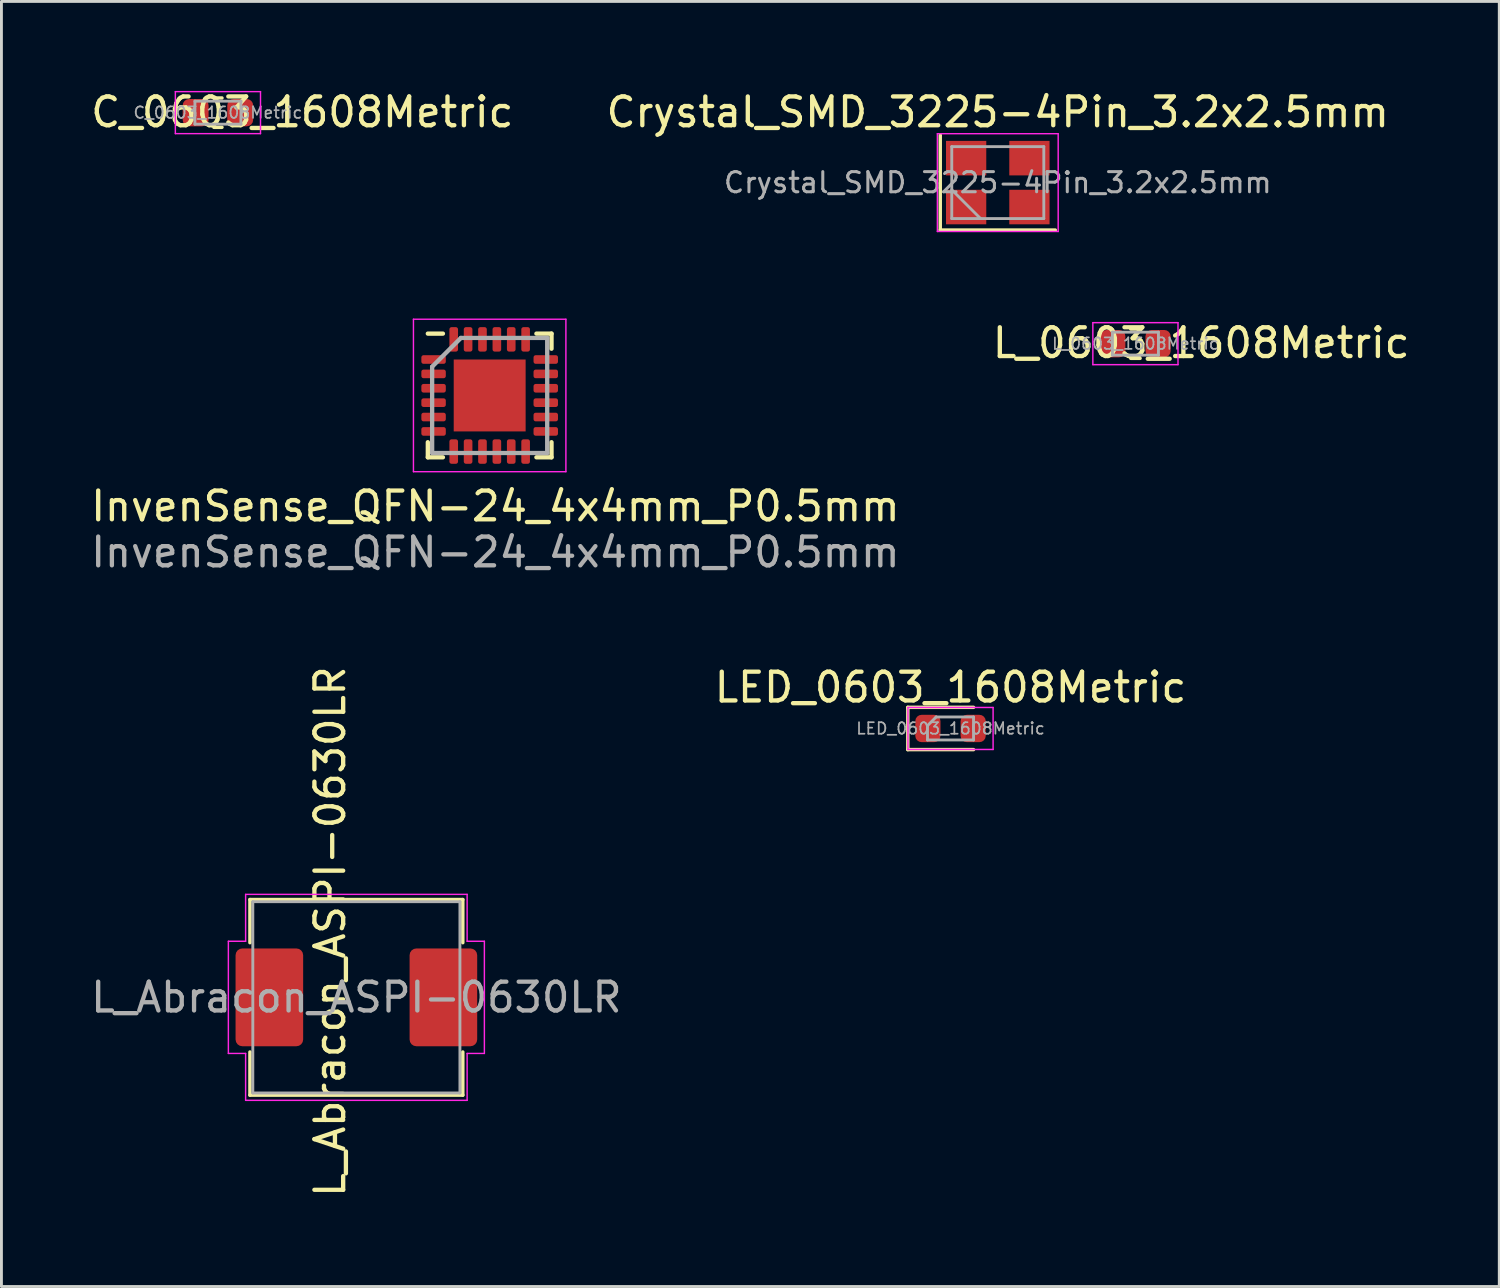
<source format=kicad_pcb>
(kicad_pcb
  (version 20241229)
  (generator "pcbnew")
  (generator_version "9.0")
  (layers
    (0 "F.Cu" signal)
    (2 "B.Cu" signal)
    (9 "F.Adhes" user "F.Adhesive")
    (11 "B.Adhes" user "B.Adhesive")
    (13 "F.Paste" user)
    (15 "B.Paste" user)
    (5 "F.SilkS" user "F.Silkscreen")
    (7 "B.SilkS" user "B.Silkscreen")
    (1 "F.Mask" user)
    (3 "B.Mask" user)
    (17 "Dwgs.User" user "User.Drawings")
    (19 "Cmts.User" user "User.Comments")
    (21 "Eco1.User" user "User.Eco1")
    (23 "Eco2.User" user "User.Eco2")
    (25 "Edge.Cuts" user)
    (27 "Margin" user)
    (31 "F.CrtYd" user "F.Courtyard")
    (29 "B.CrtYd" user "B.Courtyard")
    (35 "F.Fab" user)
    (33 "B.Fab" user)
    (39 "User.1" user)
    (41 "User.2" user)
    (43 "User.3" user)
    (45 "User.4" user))
  (footprint "LED_0603_1608Metric"
    (layer "F.Cu")
    (at 29.994 22.275)
    (property "Reference" "LED_0603_1608Metric" (at 0 -1.43 180) (layer "F.SilkS") (effects (font (size 1 1) (thickness 0.15))))
    (attr smd)
    (fp_line (start -1.485 -0.735) (end -1.485 0.735) (stroke (width 0.12) (type solid)) (layer "F.SilkS"))
    (fp_line (start -1.485 0.735) (end 0.8 0.735) (stroke (width 0.12) (type solid)) (layer "F.SilkS"))
    (fp_line (start 0.8 -0.735) (end -1.485 -0.735) (stroke (width 0.12) (type solid)) (layer "F.SilkS"))
    (fp_line (start -1.48 -0.73) (end 1.48 -0.73) (stroke (width 0.05) (type solid)) (layer "F.CrtYd"))
    (fp_line (start -1.48 0.73) (end -1.48 -0.73) (stroke (width 0.05) (type solid)) (layer "F.CrtYd"))
    (fp_line (start 1.48 -0.73) (end 1.48 0.73) (stroke (width 0.05) (type solid)) (layer "F.CrtYd"))
    (fp_line (start 1.48 0.73) (end -1.48 0.73) (stroke (width 0.05) (type solid)) (layer "F.CrtYd"))
    (fp_line (start -0.8 -0.1) (end -0.8 0.4) (stroke (width 0.1) (type solid)) (layer "F.Fab"))
    (fp_line (start -0.8 0.4) (end 0.8 0.4) (stroke (width 0.1) (type solid)) (layer "F.Fab"))
    (fp_line (start -0.5 -0.4) (end -0.8 -0.1) (stroke (width 0.1) (type solid)) (layer "F.Fab"))
    (fp_line (start 0.8 -0.4) (end -0.5 -0.4) (stroke (width 0.1) (type solid)) (layer "F.Fab"))
    (fp_line (start 0.8 0.4) (end 0.8 -0.4) (stroke (width 0.1) (type solid)) (layer "F.Fab"))
    (fp_text user "${REFERENCE}" (at 0 0 180) (layer "F.Fab") (effects (font (size 0.4 0.4) (thickness 0.06))))
    (pad "1" smd roundrect (at -0.787 0) (size 0.875 0.95) (layers "F.Cu" "F.Mask" "F.Paste") (roundrect_rratio 0.25))
    (pad "2" smd roundrect (at 0.787 0) (size 0.875 0.95) (layers "F.Cu" "F.Mask" "F.Paste") (roundrect_rratio 0.25)))
  (footprint "InvenSense_QFN-24_4x4mm_P0.5mm"
    (layer "F.Cu")
    (at 13.973 10.698)
    (property "Reference" "InvenSense_QFN-24_4x4mm_P0.5mm" (at 0.2 3.85 180) (layer "F.SilkS") (effects (font (size 1 1) (thickness 0.15))))
    (attr smd)
    (fp_line (start -2.15 -2.15) (end -1.625 -2.15) (stroke (width 0.15) (type solid)) (layer "F.SilkS"))
    (fp_line (start -2.15 2.15) (end -2.15 1.625) (stroke (width 0.15) (type solid)) (layer "F.SilkS"))
    (fp_line (start -2.15 2.15) (end -1.625 2.15) (stroke (width 0.15) (type solid)) (layer "F.SilkS"))
    (fp_line (start 2.15 -2.15) (end 1.625 -2.15) (stroke (width 0.15) (type solid)) (layer "F.SilkS"))
    (fp_line (start 2.15 -2.15) (end 2.15 -1.625) (stroke (width 0.15) (type solid)) (layer "F.SilkS"))
    (fp_line (start 2.15 2.15) (end 1.625 2.15) (stroke (width 0.15) (type solid)) (layer "F.SilkS"))
    (fp_line (start 2.15 2.15) (end 2.15 1.625) (stroke (width 0.15) (type solid)) (layer "F.SilkS"))
    (fp_line (start -2.65 -2.65) (end -2.65 2.65) (stroke (width 0.05) (type solid)) (layer "F.CrtYd"))
    (fp_line (start -2.65 -2.65) (end 2.65 -2.65) (stroke (width 0.05) (type solid)) (layer "F.CrtYd"))
    (fp_line (start -2.65 2.65) (end 2.65 2.65) (stroke (width 0.05) (type solid)) (layer "F.CrtYd"))
    (fp_line (start 2.65 -2.65) (end 2.65 2.65) (stroke (width 0.05) (type solid)) (layer "F.CrtYd"))
    (fp_line (start -2 -1) (end -1 -2) (stroke (width 0.15) (type solid)) (layer "F.Fab"))
    (fp_line (start -2 2) (end -2 -1) (stroke (width 0.15) (type solid)) (layer "F.Fab"))
    (fp_line (start -1 -2) (end 2 -2) (stroke (width 0.15) (type solid)) (layer "F.Fab"))
    (fp_line (start 2 -2) (end 2 2) (stroke (width 0.15) (type solid)) (layer "F.Fab"))
    (fp_line (start 2 2) (end -2 2) (stroke (width 0.15) (type solid)) (layer "F.Fab"))
    (fp_text user "${REFERENCE}" (at 0.2 5.45 180) (layer "F.Fab") (effects (font (size 1 1) (thickness 0.15))))
    (pad "1" smd roundrect (at -1.95 -1.25) (size 0.85 0.3) (layers "F.Cu" "F.Mask" "F.Paste") (roundrect_rratio 0.25))
    (pad "2" smd roundrect (at -1.95 -0.75) (size 0.85 0.3) (layers "F.Cu" "F.Mask" "F.Paste") (roundrect_rratio 0.25))
    (pad "3" smd roundrect (at -1.95 -0.25) (size 0.85 0.3) (layers "F.Cu" "F.Mask" "F.Paste") (roundrect_rratio 0.25))
    (pad "4" smd roundrect (at -1.95 0.25) (size 0.85 0.3) (layers "F.Cu" "F.Mask" "F.Paste") (roundrect_rratio 0.25))
    (pad "5" smd roundrect (at -1.95 0.75) (size 0.85 0.3) (layers "F.Cu" "F.Mask" "F.Paste") (roundrect_rratio 0.25))
    (pad "6" smd roundrect (at -1.95 1.25) (size 0.85 0.3) (layers "F.Cu" "F.Mask" "F.Paste") (roundrect_rratio 0.25))
    (pad "7" smd roundrect (at -1.25 1.95 90) (size 0.85 0.3) (layers "F.Cu" "F.Mask" "F.Paste") (roundrect_rratio 0.25))
    (pad "8" smd roundrect (at -0.75 1.95 90) (size 0.85 0.3) (layers "F.Cu" "F.Mask" "F.Paste") (roundrect_rratio 0.25))
    (pad "9" smd roundrect (at -0.25 1.95 90) (size 0.85 0.3) (layers "F.Cu" "F.Mask" "F.Paste") (roundrect_rratio 0.25))
    (pad "10" smd roundrect (at 0.25 1.95 90) (size 0.85 0.3) (layers "F.Cu" "F.Mask" "F.Paste") (roundrect_rratio 0.25))
    (pad "11" smd roundrect (at 0.75 1.95 90) (size 0.85 0.3) (layers "F.Cu" "F.Mask" "F.Paste") (roundrect_rratio 0.25))
    (pad "12" smd roundrect (at 1.25 1.95 90) (size 0.85 0.3) (layers "F.Cu" "F.Mask" "F.Paste") (roundrect_rratio 0.25))
    (pad "13" smd roundrect (at 1.95 1.25) (size 0.85 0.3) (layers "F.Cu" "F.Mask" "F.Paste") (roundrect_rratio 0.25))
    (pad "14" smd roundrect (at 1.95 0.75) (size 0.85 0.3) (layers "F.Cu" "F.Mask" "F.Paste") (roundrect_rratio 0.25))
    (pad "15" smd roundrect (at 1.95 0.25) (size 0.85 0.3) (layers "F.Cu" "F.Mask" "F.Paste") (roundrect_rratio 0.25))
    (pad "16" smd roundrect (at 1.95 -0.25) (size 0.85 0.3) (layers "F.Cu" "F.Mask" "F.Paste") (roundrect_rratio 0.25))
    (pad "17" smd roundrect (at 1.95 -0.75) (size 0.85 0.3) (layers "F.Cu" "F.Mask" "F.Paste") (roundrect_rratio 0.25))
    (pad "18" smd roundrect (at 1.95 -1.25) (size 0.85 0.3) (layers "F.Cu" "F.Mask" "F.Paste") (roundrect_rratio 0.25))
    (pad "19" smd roundrect (at 1.25 -1.95 90) (size 0.85 0.3) (layers "F.Cu" "F.Mask" "F.Paste") (roundrect_rratio 0.25))
    (pad "20" smd roundrect (at 0.75 -1.95 90) (size 0.85 0.3) (layers "F.Cu" "F.Mask" "F.Paste") (roundrect_rratio 0.25))
    (pad "21" smd roundrect (at 0.25 -1.95 90) (size 0.85 0.3) (layers "F.Cu" "F.Mask" "F.Paste") (roundrect_rratio 0.25))
    (pad "22" smd roundrect (at -0.25 -1.95 90) (size 0.85 0.3) (layers "F.Cu" "F.Mask" "F.Paste") (roundrect_rratio 0.25))
    (pad "23" smd roundrect (at -0.75 -1.95 90) (size 0.85 0.3) (layers "F.Cu" "F.Mask" "F.Paste") (roundrect_rratio 0.25))
    (pad "24" smd roundrect (at -1.25 -1.95 90) (size 0.85 0.3) (layers "F.Cu" "F.Mask" "F.Paste") (roundrect_rratio 0.25))
    (pad "25" smd rect (at 0 0) (size 2.5 2.5) (layers "F.Cu" "F.Mask" "F.Paste")))
  (footprint "L_Abracon_ASPI-0630LR"
    (layer "F.Cu")
    (at 9.339 31.622)
    (property "Reference" "L_Abracon_ASPI-0630LR" (at -0.914 -2.286 270) (layer "F.SilkS") (effects (font (size 1 1) (thickness 0.15))))
    (attr smd)
    (fp_line (start -3.7 -3.4) (end -3.7 -1.9) (stroke (width 0.12) (type solid)) (layer "F.SilkS"))
    (fp_line (start -3.7 3.4) (end -3.7 1.9) (stroke (width 0.12) (type solid)) (layer "F.SilkS"))
    (fp_line (start -3.7 3.4) (end 3.7 3.4) (stroke (width 0.12) (type solid)) (layer "F.SilkS"))
    (fp_line (start 3.7 -3.4) (end -3.7 -3.4) (stroke (width 0.12) (type solid)) (layer "F.SilkS"))
    (fp_line (start 3.7 -3.4) (end 3.7 -1.9) (stroke (width 0.12) (type solid)) (layer "F.SilkS"))
    (fp_line (start 3.7 3.4) (end 3.7 1.9) (stroke (width 0.12) (type solid)) (layer "F.SilkS"))
    (fp_line (start -4.45 -1.95) (end -4.45 1.95) (stroke (width 0.05) (type solid)) (layer "F.CrtYd"))
    (fp_line (start -4.45 1.95) (end -3.85 1.95) (stroke (width 0.05) (type solid)) (layer "F.CrtYd"))
    (fp_line (start -3.85 -3.58) (end -3.85 -1.95) (stroke (width 0.05) (type solid)) (layer "F.CrtYd"))
    (fp_line (start -3.85 -1.95) (end -4.45 -1.95) (stroke (width 0.05) (type solid)) (layer "F.CrtYd"))
    (fp_line (start -3.85 1.95) (end -3.85 3.58) (stroke (width 0.05) (type solid)) (layer "F.CrtYd"))
    (fp_line (start -3.85 3.58) (end 3.85 3.58) (stroke (width 0.05) (type solid)) (layer "F.CrtYd"))
    (fp_line (start 3.85 -3.58) (end -3.85 -3.58) (stroke (width 0.05) (type solid)) (layer "F.CrtYd"))
    (fp_line (start 3.85 -1.95) (end 3.85 -3.58) (stroke (width 0.05) (type solid)) (layer "F.CrtYd"))
    (fp_line (start 3.85 1.95) (end 4.45 1.95) (stroke (width 0.05) (type solid)) (layer "F.CrtYd"))
    (fp_line (start 3.85 3.58) (end 3.85 1.95) (stroke (width 0.05) (type solid)) (layer "F.CrtYd"))
    (fp_line (start 4.45 -1.95) (end 3.85 -1.95) (stroke (width 0.05) (type solid)) (layer "F.CrtYd"))
    (fp_line (start 4.45 1.95) (end 4.45 -1.95) (stroke (width 0.05) (type solid)) (layer "F.CrtYd"))
    (fp_line (start -3.6 -3.325) (end 3.6 -3.325) (stroke (width 0.1) (type solid)) (layer "F.Fab"))
    (fp_line (start -3.6 3.325) (end -3.6 -3.325) (stroke (width 0.1) (type solid)) (layer "F.Fab"))
    (fp_line (start 3.6 -3.325) (end 3.6 3.325) (stroke (width 0.1) (type solid)) (layer "F.Fab"))
    (fp_line (start 3.6 3.325) (end -3.6 3.325) (stroke (width 0.1) (type solid)) (layer "F.Fab"))
    (fp_text user "${REFERENCE}" (at 0 0 180) (layer "F.Fab") (effects (font (size 1 1) (thickness 0.15))))
    (pad "1" smd roundrect (at -3.025 0) (size 2.35 3.4) (layers "F.Cu" "F.Mask" "F.Paste") (roundrect_rratio 0.1))
    (pad "2" smd roundrect (at 3.025 0) (size 2.35 3.4) (layers "F.Cu" "F.Mask" "F.Paste") (roundrect_rratio 0.1)))
  (footprint "Crystal_SMD_3225-4Pin_3.2x2.5mm"
    (layer "F.Cu")
    (at 31.637 3.298)
    (property "Reference" "Crystal_SMD_3225-4Pin_3.2x2.5mm" (at 0 -2.45 0) (layer "F.SilkS") (effects (font (size 1 1) (thickness 0.15))))
    (attr smd)
    (fp_line (start -2 -1.65) (end -2 1.65) (stroke (width 0.12) (type solid)) (layer "F.SilkS"))
    (fp_line (start -2 1.65) (end 2 1.65) (stroke (width 0.12) (type solid)) (layer "F.SilkS"))
    (fp_line (start -2.1 -1.7) (end -2.1 1.7) (stroke (width 0.05) (type solid)) (layer "F.CrtYd"))
    (fp_line (start -2.1 1.7) (end 2.1 1.7) (stroke (width 0.05) (type solid)) (layer "F.CrtYd"))
    (fp_line (start 2.1 -1.7) (end -2.1 -1.7) (stroke (width 0.05) (type solid)) (layer "F.CrtYd"))
    (fp_line (start 2.1 1.7) (end 2.1 -1.7) (stroke (width 0.05) (type solid)) (layer "F.CrtYd"))
    (fp_line (start -1.6 -1.25) (end -1.6 1.25) (stroke (width 0.1) (type solid)) (layer "F.Fab"))
    (fp_line (start -1.6 0.25) (end -0.6 1.25) (stroke (width 0.1) (type solid)) (layer "F.Fab"))
    (fp_line (start -1.6 1.25) (end 1.6 1.25) (stroke (width 0.1) (type solid)) (layer "F.Fab"))
    (fp_line (start 1.6 -1.25) (end -1.6 -1.25) (stroke (width 0.1) (type solid)) (layer "F.Fab"))
    (fp_line (start 1.6 1.25) (end 1.6 -1.25) (stroke (width 0.1) (type solid)) (layer "F.Fab"))
    (fp_text user "${REFERENCE}" (at 0 0 0) (layer "F.Fab") (effects (font (size 0.7 0.7) (thickness 0.105))))
    (pad "1" smd rect (at -1.1 0.85 180) (size 1.4 1.2) (layers "F.Cu" "F.Mask" "F.Paste"))
    (pad "2" smd rect (at 1.1 0.85 180) (size 1.4 1.2) (layers "F.Cu" "F.Mask" "F.Paste"))
    (pad "3" smd rect (at 1.1 -0.85 180) (size 1.4 1.2) (layers "F.Cu" "F.Mask" "F.Paste"))
    (pad "4" smd rect (at -1.1 -0.85 180) (size 1.4 1.2) (layers "F.Cu" "F.Mask" "F.Paste")))
  (footprint "L_0603_1608Metric"
    (layer "F.Cu")
    (at 36.422 8.897)
    (property "Reference" "L_0603_1608Metric" (at 2.286 -0.025 0) (layer "F.SilkS") (effects (font (size 1 1) (thickness 0.15))))
    (attr smd)
    (fp_line (start -0.163 -0.51) (end 0.163 -0.51) (stroke (width 0.12) (type solid)) (layer "F.SilkS"))
    (fp_line (start -0.163 0.51) (end 0.163 0.51) (stroke (width 0.12) (type solid)) (layer "F.SilkS"))
    (fp_line (start -1.48 -0.73) (end 1.48 -0.73) (stroke (width 0.05) (type solid)) (layer "F.CrtYd"))
    (fp_line (start -1.48 0.73) (end -1.48 -0.73) (stroke (width 0.05) (type solid)) (layer "F.CrtYd"))
    (fp_line (start 1.48 -0.73) (end 1.48 0.73) (stroke (width 0.05) (type solid)) (layer "F.CrtYd"))
    (fp_line (start 1.48 0.73) (end -1.48 0.73) (stroke (width 0.05) (type solid)) (layer "F.CrtYd"))
    (fp_line (start -0.8 -0.4) (end 0.8 -0.4) (stroke (width 0.1) (type solid)) (layer "F.Fab"))
    (fp_line (start -0.8 0.4) (end -0.8 -0.4) (stroke (width 0.1) (type solid)) (layer "F.Fab"))
    (fp_line (start 0.8 -0.4) (end 0.8 0.4) (stroke (width 0.1) (type solid)) (layer "F.Fab"))
    (fp_line (start 0.8 0.4) (end -0.8 0.4) (stroke (width 0.1) (type solid)) (layer "F.Fab"))
    (fp_text user "${REFERENCE}" (at 0 0 0) (layer "F.Fab") (effects (font (size 0.4 0.4) (thickness 0.06))))
    (pad "1" smd roundrect (at -0.787 0) (size 0.875 0.95) (layers "F.Cu" "F.Mask" "F.Paste") (roundrect_rratio 0.25))
    (pad "2" smd roundrect (at 0.787 0) (size 0.875 0.95) (layers "F.Cu" "F.Mask" "F.Paste") (roundrect_rratio 0.25)))
  (footprint "C_0603_1608Metric"
    (layer "F.Cu")
    (at 4.526 0.866)
    (property "Reference" "C_0603_1608Metric" (at 2.933 -0.018 0) (layer "F.SilkS") (effects (font (size 1 1) (thickness 0.15))))
    (attr smd)
    (fp_line (start -0.141 -0.51) (end 0.141 -0.51) (stroke (width 0.12) (type solid)) (layer "F.SilkS"))
    (fp_line (start -0.141 0.51) (end 0.141 0.51) (stroke (width 0.12) (type solid)) (layer "F.SilkS"))
    (fp_line (start -1.48 -0.73) (end 1.48 -0.73) (stroke (width 0.05) (type solid)) (layer "F.CrtYd"))
    (fp_line (start -1.48 0.73) (end -1.48 -0.73) (stroke (width 0.05) (type solid)) (layer "F.CrtYd"))
    (fp_line (start 1.48 -0.73) (end 1.48 0.73) (stroke (width 0.05) (type solid)) (layer "F.CrtYd"))
    (fp_line (start 1.48 0.73) (end -1.48 0.73) (stroke (width 0.05) (type solid)) (layer "F.CrtYd"))
    (fp_line (start -0.8 -0.4) (end 0.8 -0.4) (stroke (width 0.1) (type solid)) (layer "F.Fab"))
    (fp_line (start -0.8 0.4) (end -0.8 -0.4) (stroke (width 0.1) (type solid)) (layer "F.Fab"))
    (fp_line (start 0.8 -0.4) (end 0.8 0.4) (stroke (width 0.1) (type solid)) (layer "F.Fab"))
    (fp_line (start 0.8 0.4) (end -0.8 0.4) (stroke (width 0.1) (type solid)) (layer "F.Fab"))
    (fp_text user "${REFERENCE}" (at 0 0 0) (layer "F.Fab") (effects (font (size 0.4 0.4) (thickness 0.06))))
    (pad "1" smd roundrect (at -0.775 0 180) (size 0.9 0.95) (layers "F.Cu" "F.Mask" "F.Paste") (roundrect_rratio 0.25))
    (pad "2" smd roundrect (at 0.775 0 180) (size 0.9 0.95) (layers "F.Cu" "F.Mask" "F.Paste") (roundrect_rratio 0.25)))
  (gr_rect
    (start -3 -3)
    (end 49.071 41.675)
    (stroke (width 0.1) (type default))
    (fill no)
    (layer "Edge.Cuts")))
</source>
